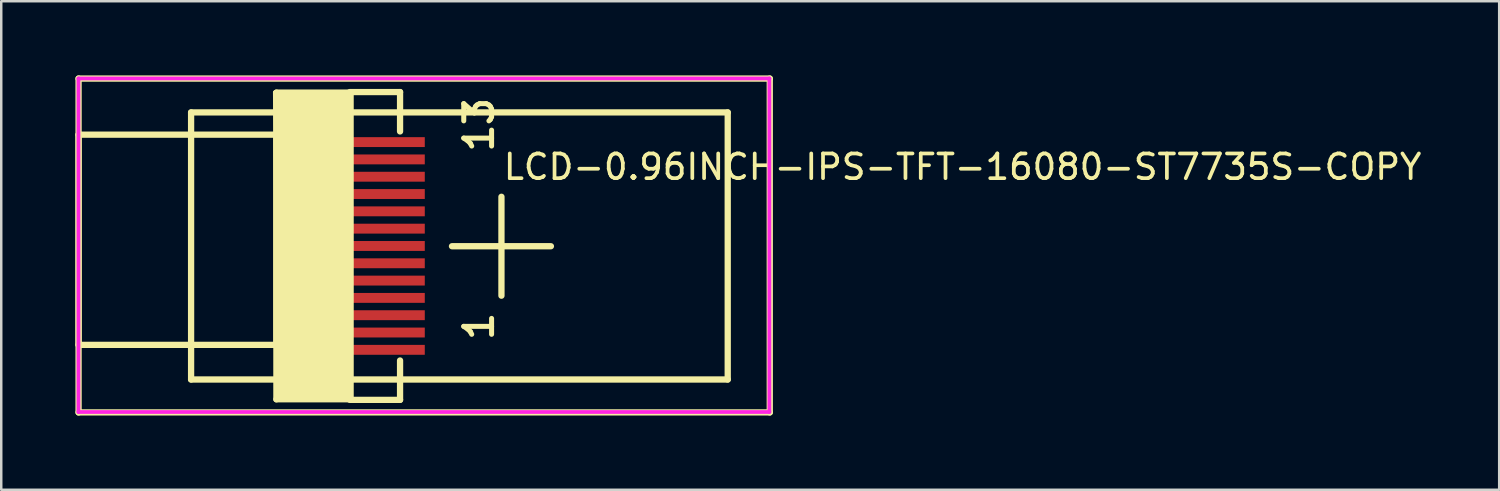
<source format=kicad_pcb>
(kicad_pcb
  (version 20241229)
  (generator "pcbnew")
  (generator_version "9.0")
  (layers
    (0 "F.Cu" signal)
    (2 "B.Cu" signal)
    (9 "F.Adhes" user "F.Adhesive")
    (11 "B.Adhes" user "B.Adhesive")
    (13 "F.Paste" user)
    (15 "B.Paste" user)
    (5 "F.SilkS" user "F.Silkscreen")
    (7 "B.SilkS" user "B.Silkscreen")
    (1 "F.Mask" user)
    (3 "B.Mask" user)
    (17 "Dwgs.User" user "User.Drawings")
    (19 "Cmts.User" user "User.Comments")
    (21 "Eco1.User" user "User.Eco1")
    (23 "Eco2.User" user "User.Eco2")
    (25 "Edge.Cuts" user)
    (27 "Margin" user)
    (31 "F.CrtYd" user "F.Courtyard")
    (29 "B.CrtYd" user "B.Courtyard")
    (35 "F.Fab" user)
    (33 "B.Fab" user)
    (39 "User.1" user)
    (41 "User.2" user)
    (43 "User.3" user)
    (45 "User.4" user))
  (footprint "LCD-0.96INCH-IPS-TFT-16080-ST7735S-COPY"
    (layer "F.Cu")
    (at 17.227 6.907)
    (property "Reference" "LCD-0.96INCH-IPS-TFT-16080-ST7735S-COPY" (at 0 -3.207 0) (layer "F.SilkS") (effects (font (size 1 1) (thickness 0.15)) (justify left)))
    (attr through_hole)
    (fp_line (start -17.1 -6.78) (end 10.85 -6.78) (stroke (width 0.254) (type solid)) (layer "F.SilkS"))
    (fp_line (start -17.1 -4.511) (end -9.1 -4.511) (stroke (width 0.254) (type solid)) (layer "F.SilkS"))
    (fp_line (start -17.1 3.989) (end -17.1 -4.511) (stroke (width 0.254) (type solid)) (layer "F.SilkS"))
    (fp_line (start -17.1 6.72) (end -17.1 -6.78) (stroke (width 0.254) (type solid)) (layer "F.SilkS"))
    (fp_line (start -12.55 -5.411) (end -12.55 5.389) (stroke (width 0.254) (type solid)) (layer "F.SilkS"))
    (fp_line (start -9.1 -6.211) (end -6.1 -6.211) (stroke (width 0.254) (type solid)) (layer "F.SilkS"))
    (fp_line (start -9.1 -4.511) (end -9.1 3.989) (stroke (width 0.254) (type solid)) (layer "F.SilkS"))
    (fp_line (start -9.1 3.989) (end -17.1 3.989) (stroke (width 0.254) (type solid)) (layer "F.SilkS"))
    (fp_line (start -9.1 6.189) (end -9.1 -6.211) (stroke (width 0.254) (type solid)) (layer "F.SilkS"))
    (fp_line (start -6.1 -6.211) (end -6.1 6.189) (stroke (width 0.254) (type solid)) (layer "F.SilkS"))
    (fp_line (start -6.1 6.189) (end -9.1 6.189) (stroke (width 0.254) (type solid)) (layer "F.SilkS"))
    (fp_line (start -4.1 -6.234) (end -6.132 -6.234) (stroke (width 0.254) (type solid)) (layer "F.SilkS"))
    (fp_line (start -4.1 -6.234) (end -4.1 -4.642) (stroke (width 0.254) (type solid)) (layer "F.SilkS"))
    (fp_line (start -4.1 4.62) (end -4.1 6.212) (stroke (width 0.254) (type solid)) (layer "F.SilkS"))
    (fp_line (start -4.1 6.212) (end -6.132 6.212) (stroke (width 0.254) (type solid)) (layer "F.SilkS"))
    (fp_line (start 0 0) (end -2 0) (stroke (width 0.254) (type solid)) (layer "F.SilkS"))
    (fp_line (start 0 0) (end 0 -2) (stroke (width 0.254) (type solid)) (layer "F.SilkS"))
    (fp_line (start 0 0) (end 0 2) (stroke (width 0.254) (type solid)) (layer "F.SilkS"))
    (fp_line (start 2 0) (end 0 0) (stroke (width 0.254) (type solid)) (layer "F.SilkS"))
    (fp_line (start 9.15 -5.411) (end -12.55 -5.411) (stroke (width 0.254) (type solid)) (layer "F.SilkS"))
    (fp_line (start 9.15 -5.411) (end 9.15 5.389) (stroke (width 0.254) (type solid)) (layer "F.SilkS"))
    (fp_line (start 9.15 5.389) (end -12.55 5.389) (stroke (width 0.254) (type solid)) (layer "F.SilkS"))
    (fp_line (start 10.85 -6.78) (end 10.85 6.72) (stroke (width 0.254) (type solid)) (layer "F.SilkS"))
    (fp_line (start 10.85 6.72) (end -17.1 6.72) (stroke (width 0.254) (type solid)) (layer "F.SilkS"))
    (fp_poly (pts (xy -6.132 6.212) (xy -9.053 6.212) (xy -9.18 -6.234) (xy -6.132 -6.234)) (stroke (width 0.12) (type solid)) (fill yes) (layer "F.SilkS"))
    (fp_line (start -17.105 -6.784) (end 10.835 -6.784) (stroke (width 0.152) (type solid)) (layer "F.CrtYd"))
    (fp_line (start -17.105 6.703) (end -17.105 -6.784) (stroke (width 0.152) (type solid)) (layer "F.CrtYd"))
    (fp_line (start 10.835 -6.784) (end 10.835 6.703) (stroke (width 0.152) (type solid)) (layer "F.CrtYd"))
    (fp_line (start 10.835 6.703) (end -17.105 6.703) (stroke (width 0.152) (type solid)) (layer "F.CrtYd"))
    (fp_text user "1" (at -0.909 3.909 90) (layer "F.SilkS") (effects (font (size 1.125 1.125) (thickness 0.203)) (justify left)))
    (fp_text user "13" (at -0.909 -3.704 90) (layer "F.SilkS") (effects (font (size 1.125 1.125) (thickness 0.203)) (justify left)))
    (pad "1" smd rect (at -4.6 4.189 90) (size 0.4 3) (layers "F.Cu" "F.Mask" "F.Paste"))
    (pad "2" smd rect (at -4.6 3.489 90) (size 0.4 3) (layers "F.Cu" "F.Mask" "F.Paste"))
    (pad "3" smd rect (at -4.6 2.789 90) (size 0.4 3) (layers "F.Cu" "F.Mask" "F.Paste"))
    (pad "4" smd rect (at -4.6 2.089 90) (size 0.4 3) (layers "F.Cu" "F.Mask" "F.Paste"))
    (pad "5" smd rect (at -4.6 1.389 90) (size 0.4 3) (layers "F.Cu" "F.Mask" "F.Paste"))
    (pad "6" smd rect (at -4.6 0.689 90) (size 0.4 3) (layers "F.Cu" "F.Mask" "F.Paste"))
    (pad "7" smd rect (at -4.6 -0.011 90) (size 0.4 3) (layers "F.Cu" "F.Mask" "F.Paste"))
    (pad "8" smd rect (at -4.6 -0.711 90) (size 0.4 3) (layers "F.Cu" "F.Mask" "F.Paste"))
    (pad "9" smd rect (at -4.6 -1.411 90) (size 0.4 3) (layers "F.Cu" "F.Mask" "F.Paste"))
    (pad "10" smd rect (at -4.6 -2.111 90) (size 0.4 3) (layers "F.Cu" "F.Mask" "F.Paste"))
    (pad "11" smd rect (at -4.6 -2.811 90) (size 0.4 3) (layers "F.Cu" "F.Mask" "F.Paste"))
    (pad "12" smd rect (at -4.6 -3.511 90) (size 0.4 3) (layers "F.Cu" "F.Mask" "F.Paste"))
    (pad "13" smd rect (at -4.6 -4.211 90) (size 0.4 3) (layers "F.Cu" "F.Mask" "F.Paste")))
  (gr_rect
    (start -3 -3)
    (end 57.572 16.754)
    (stroke (width 0.1) (type default))
    (fill no)
    (layer "Edge.Cuts")))
</source>
